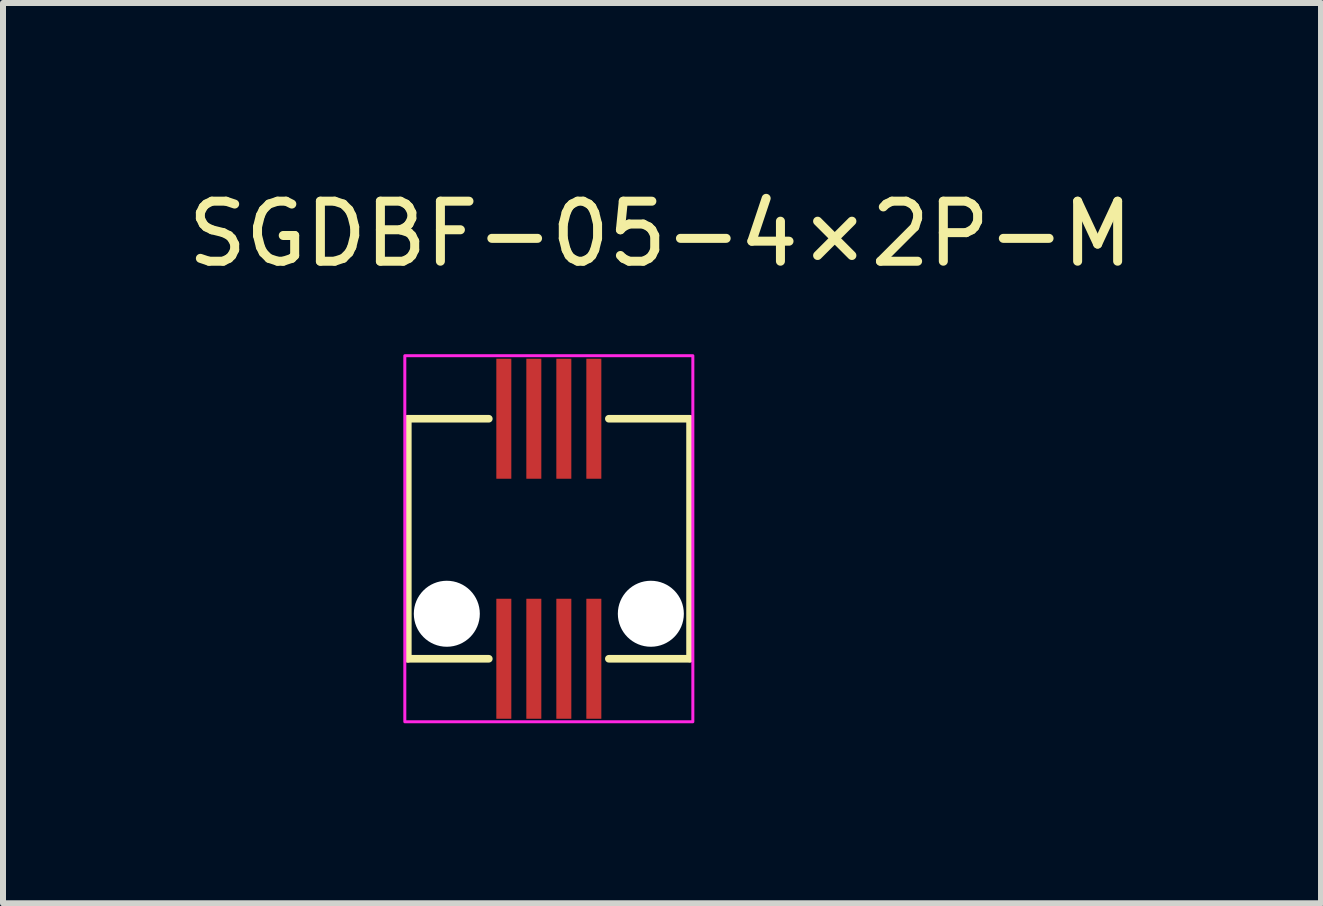
<source format=kicad_pcb>
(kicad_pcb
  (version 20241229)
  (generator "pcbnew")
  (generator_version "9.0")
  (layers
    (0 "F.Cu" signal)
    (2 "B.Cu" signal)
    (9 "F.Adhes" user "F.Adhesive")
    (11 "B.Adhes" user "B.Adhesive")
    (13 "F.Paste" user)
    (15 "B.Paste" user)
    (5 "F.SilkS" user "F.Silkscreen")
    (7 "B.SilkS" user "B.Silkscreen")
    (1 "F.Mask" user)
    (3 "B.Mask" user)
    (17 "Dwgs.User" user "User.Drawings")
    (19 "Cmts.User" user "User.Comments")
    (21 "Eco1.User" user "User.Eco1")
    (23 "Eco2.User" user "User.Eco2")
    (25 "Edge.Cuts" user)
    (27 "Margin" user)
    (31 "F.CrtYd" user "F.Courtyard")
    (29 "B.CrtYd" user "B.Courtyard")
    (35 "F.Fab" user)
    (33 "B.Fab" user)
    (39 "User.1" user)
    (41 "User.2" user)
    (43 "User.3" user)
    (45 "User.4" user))
  (footprint "SGDBF-05-4×2P-M"
    (layer "F.Cu")
    (at 6.096 5.928)
    (property "Reference" "SGDBF-05-4×2P-M" (at -6.096 -5.08 0) (layer "F.SilkS") (effects (font (size 1 1) (thickness 0.15)) (justify left)))
    (attr smd)
    (fp_line (start -2.35 -2) (end -2.35 2) (stroke (width 0.127) (type default)) (layer "F.SilkS"))
    (fp_line (start -2.35 2) (end -1 2) (stroke (width 0.127) (type default)) (layer "F.SilkS"))
    (fp_line (start -1 -2) (end -2.35 -2) (stroke (width 0.127) (type default)) (layer "F.SilkS"))
    (fp_line (start 2.35 -2) (end 1 -2) (stroke (width 0.127) (type default)) (layer "F.SilkS"))
    (fp_line (start 2.35 2) (end 1 2) (stroke (width 0.127) (type default)) (layer "F.SilkS"))
    (fp_line (start 2.35 2) (end 2.35 -2) (stroke (width 0.12) (type default)) (layer "F.SilkS"))
    (fp_rect (start -2.4 3.05) (end 2.4 -3.05) (stroke (width 0.05) (type default)) (fill no) (layer "F.CrtYd"))
    (pad "" np_thru_hole circle (at -1.7 1.25) (size 1.1 1.1) (drill 1.1) (layers "*.Cu" "*.Mask"))
    (pad "" np_thru_hole circle (at 1.7 1.25) (size 1.1 1.1) (drill 1.1) (layers "*.Cu" "*.Mask"))
    (pad "1" smd rect (at -0.75 -2) (size 0.25 2) (layers "F.Cu" "F.Mask" "F.Paste"))
    (pad "2" smd rect (at -0.75 2) (size 0.25 2) (layers "F.Cu" "F.Mask" "F.Paste"))
    (pad "3" smd rect (at -0.25 -2) (size 0.25 2) (layers "F.Cu" "F.Mask" "F.Paste"))
    (pad "4" smd rect (at -0.25 2) (size 0.25 2) (layers "F.Cu" "F.Mask" "F.Paste"))
    (pad "5" smd rect (at 0.25 -2) (size 0.25 2) (layers "F.Cu" "F.Mask" "F.Paste"))
    (pad "6" smd rect (at 0.25 2) (size 0.25 2) (layers "F.Cu" "F.Mask" "F.Paste"))
    (pad "7" smd rect (at 0.75 -2) (size 0.25 2) (layers "F.Cu" "F.Mask" "F.Paste"))
    (pad "8" smd rect (at 0.75 2) (size 0.25 2) (layers "F.Cu" "F.Mask" "F.Paste")))
  (gr_rect
    (start -3 -3)
    (end 18.964 12.003)
    (stroke (width 0.1) (type default))
    (fill no)
    (layer "Edge.Cuts")))
</source>
